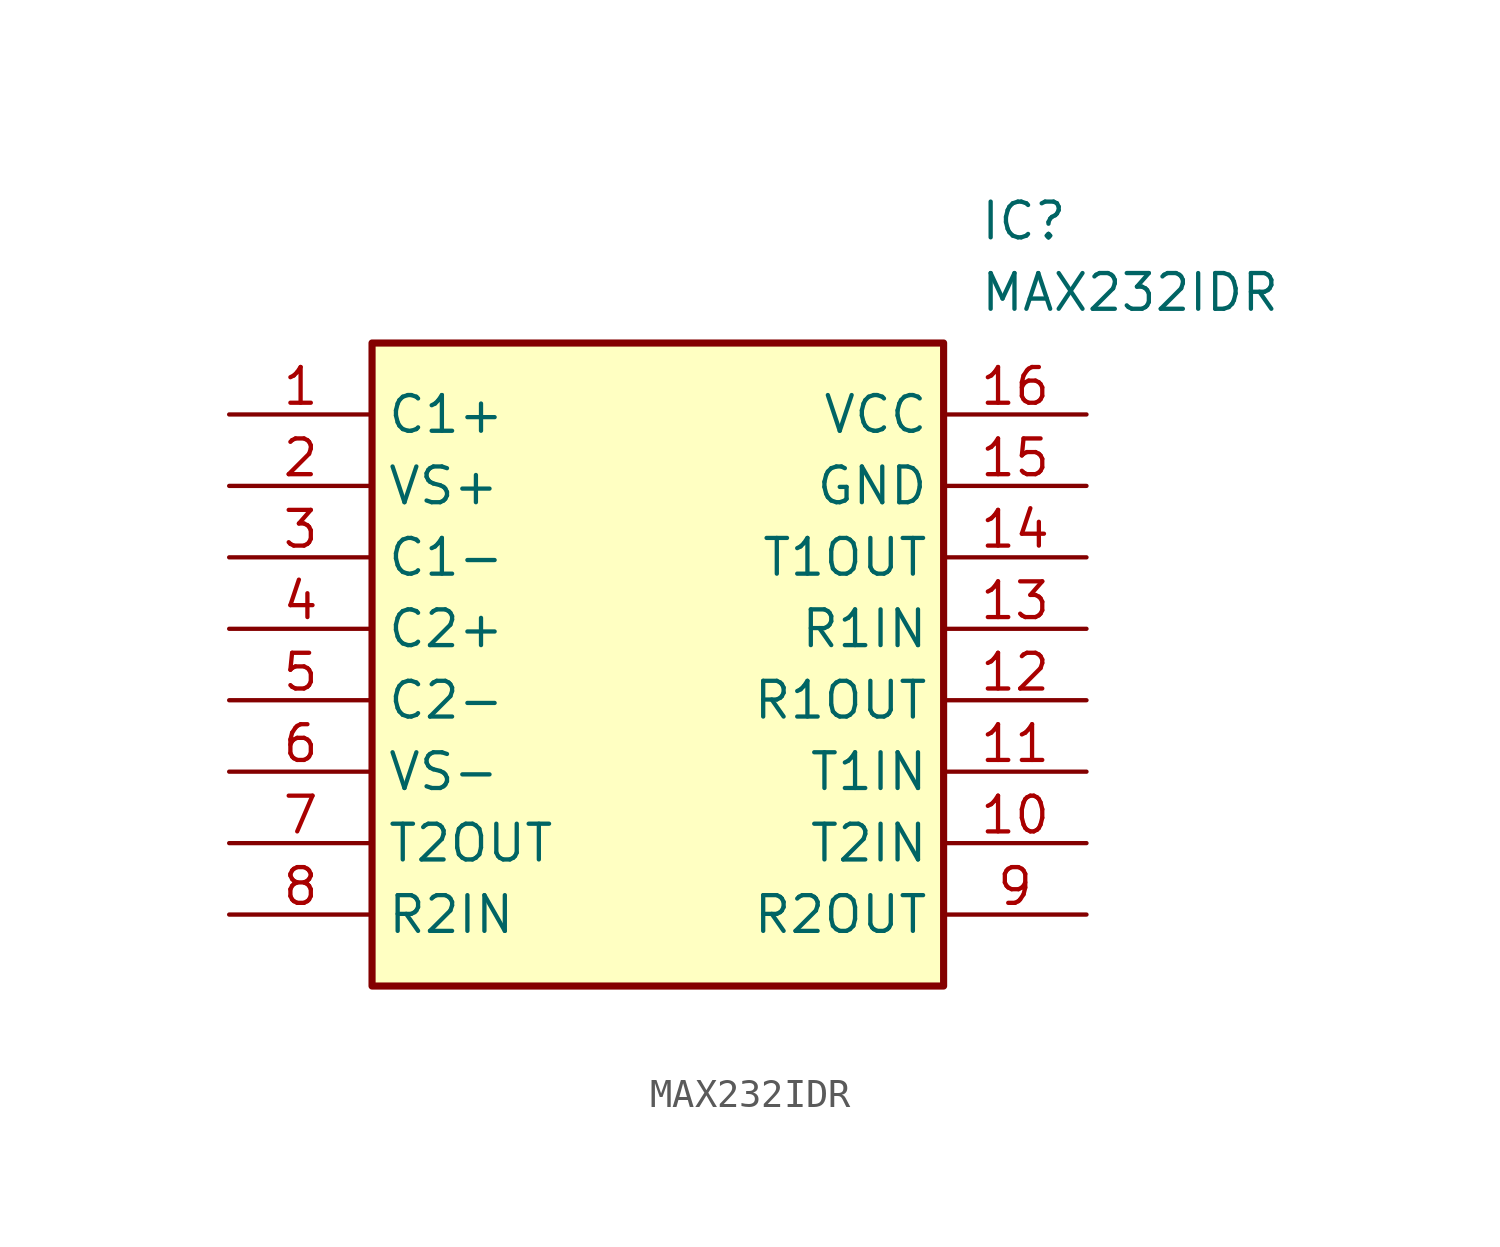
<source format=kicad_sym>
(kicad_symbol_lib
  (version 20211014)
  (generator SamacSys_ECAD_Model)
  (symbol "MAX232IDR"
    (property "Reference" "IC"
      (at 26.67 7.62 0)
      (effects (font (size 1.27 1.27)) (justify left top)))
    (property "Value" "MAX232IDR"
      (at 26.67 5.08 0)
      (effects (font (size 1.27 1.27)) (justify left top)))
    (rectangle
      (start 5.08 2.54)
      (end 25.4 -20.32)
      (stroke (width 0.254) (type default))
      (fill (type background)))
    (pin passive line
      (at 0 0 0)
      (length 5.08)
      (name "C1+" (effects (font (size 1.27 1.27))))
      (number "1" (effects (font (size 1.27 1.27)))))
    (pin passive line
      (at 0 -2.54 0)
      (length 5.08)
      (name "VS+" (effects (font (size 1.27 1.27))))
      (number "2" (effects (font (size 1.27 1.27)))))
    (pin passive line
      (at 0 -5.08 0)
      (length 5.08)
      (name "C1-" (effects (font (size 1.27 1.27))))
      (number "3" (effects (font (size 1.27 1.27)))))
    (pin passive line
      (at 0 -7.62 0)
      (length 5.08)
      (name "C2+" (effects (font (size 1.27 1.27))))
      (number "4" (effects (font (size 1.27 1.27)))))
    (pin passive line
      (at 0 -10.16 0)
      (length 5.08)
      (name "C2-" (effects (font (size 1.27 1.27))))
      (number "5" (effects (font (size 1.27 1.27)))))
    (pin passive line
      (at 0 -12.7 0)
      (length 5.08)
      (name "VS-" (effects (font (size 1.27 1.27))))
      (number "6" (effects (font (size 1.27 1.27)))))
    (pin passive line
      (at 0 -15.24 0)
      (length 5.08)
      (name "T2OUT" (effects (font (size 1.27 1.27))))
      (number "7" (effects (font (size 1.27 1.27)))))
    (pin passive line
      (at 0 -17.78 0)
      (length 5.08)
      (name "R2IN" (effects (font (size 1.27 1.27))))
      (number "8" (effects (font (size 1.27 1.27)))))
    (pin passive line
      (at 30.48 0 180)
      (length 5.08)
      (name "VCC" (effects (font (size 1.27 1.27))))
      (number "16" (effects (font (size 1.27 1.27)))))
    (pin passive line
      (at 30.48 -2.54 180)
      (length 5.08)
      (name "GND" (effects (font (size 1.27 1.27))))
      (number "15" (effects (font (size 1.27 1.27)))))
    (pin passive line
      (at 30.48 -5.08 180)
      (length 5.08)
      (name "T1OUT" (effects (font (size 1.27 1.27))))
      (number "14" (effects (font (size 1.27 1.27)))))
    (pin passive line
      (at 30.48 -7.62 180)
      (length 5.08)
      (name "R1IN" (effects (font (size 1.27 1.27))))
      (number "13" (effects (font (size 1.27 1.27)))))
    (pin passive line
      (at 30.48 -10.16 180)
      (length 5.08)
      (name "R1OUT" (effects (font (size 1.27 1.27))))
      (number "12" (effects (font (size 1.27 1.27)))))
    (pin passive line
      (at 30.48 -12.7 180)
      (length 5.08)
      (name "T1IN" (effects (font (size 1.27 1.27))))
      (number "11" (effects (font (size 1.27 1.27)))))
    (pin passive line
      (at 30.48 -15.24 180)
      (length 5.08)
      (name "T2IN" (effects (font (size 1.27 1.27))))
      (number "10" (effects (font (size 1.27 1.27)))))
    (pin passive line
      (at 30.48 -17.78 180)
      (length 5.08)
      (name "R2OUT" (effects (font (size 1.27 1.27))))
      (number "9" (effects (font (size 1.27 1.27)))))))
</source>
